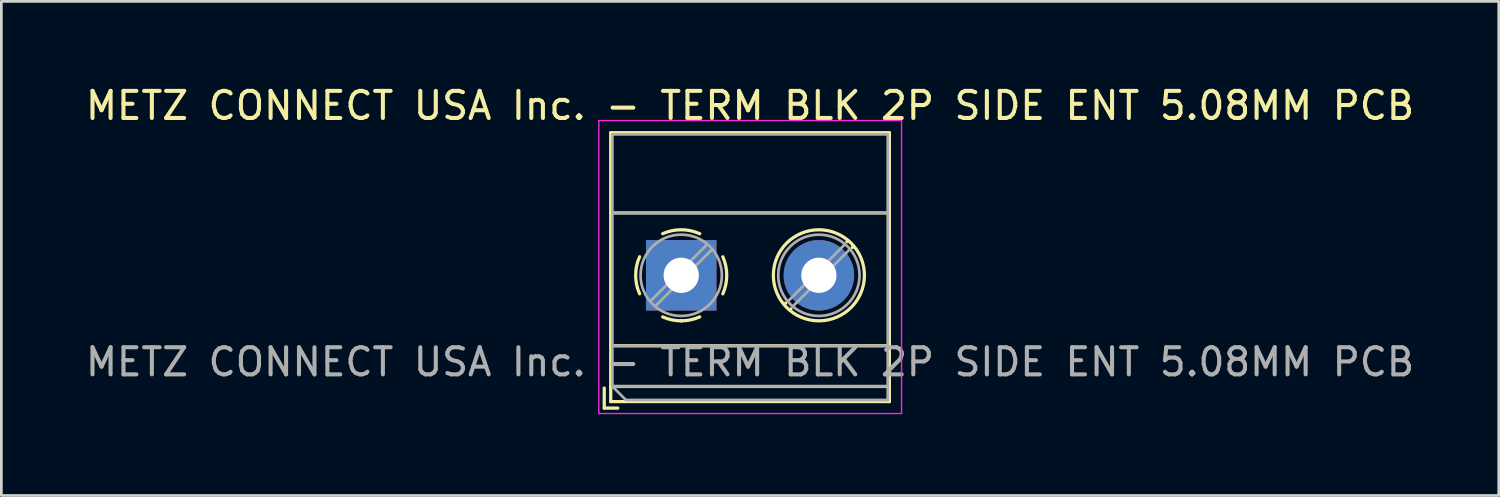
<source format=kicad_pcb>
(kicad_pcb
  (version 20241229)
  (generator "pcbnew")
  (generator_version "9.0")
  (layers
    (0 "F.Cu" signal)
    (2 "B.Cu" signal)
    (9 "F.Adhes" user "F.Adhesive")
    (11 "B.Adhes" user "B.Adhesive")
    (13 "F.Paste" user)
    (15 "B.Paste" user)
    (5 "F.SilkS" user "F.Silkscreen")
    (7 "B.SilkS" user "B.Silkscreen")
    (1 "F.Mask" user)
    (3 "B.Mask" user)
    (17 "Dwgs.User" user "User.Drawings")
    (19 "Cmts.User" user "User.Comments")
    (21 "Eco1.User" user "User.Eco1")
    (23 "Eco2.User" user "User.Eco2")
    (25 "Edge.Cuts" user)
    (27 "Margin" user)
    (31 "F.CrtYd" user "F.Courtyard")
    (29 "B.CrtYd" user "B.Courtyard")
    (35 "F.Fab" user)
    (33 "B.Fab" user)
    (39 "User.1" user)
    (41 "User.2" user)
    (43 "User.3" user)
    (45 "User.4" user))
  (footprint "METZ CONNECT USA Inc. - TERM BLK 2P SIDE ENT 5.08MM PCB"
    (layer "F.Cu")
    (at 22.085 7.108)
    (property "Reference" "METZ CONNECT USA Inc. - TERM BLK 2P SIDE ENT 5.08MM PCB" (at 2.54 -6.26 0) (layer "F.SilkS") (effects (font (size 1 1) (thickness 0.15))))
    (attr through_hole)
    (fp_line (start -2.84 4.16) (end -2.84 4.9) (stroke (width 0.12) (type solid)) (layer "F.SilkS"))
    (fp_line (start -2.84 4.9) (end -2.34 4.9) (stroke (width 0.12) (type solid)) (layer "F.SilkS"))
    (fp_line (start -2.6 -5.261) (end -2.6 4.66) (stroke (width 0.12) (type solid)) (layer "F.SilkS"))
    (fp_line (start -2.6 -5.261) (end 7.68 -5.261) (stroke (width 0.12) (type solid)) (layer "F.SilkS"))
    (fp_line (start -2.6 -2.301) (end 7.68 -2.301) (stroke (width 0.12) (type solid)) (layer "F.SilkS"))
    (fp_line (start -2.6 2.6) (end 7.68 2.6) (stroke (width 0.12) (type solid)) (layer "F.SilkS"))
    (fp_line (start -2.6 4.1) (end 7.68 4.1) (stroke (width 0.12) (type solid)) (layer "F.SilkS"))
    (fp_line (start -2.6 4.66) (end 7.68 4.66) (stroke (width 0.12) (type solid)) (layer "F.SilkS"))
    (fp_line (start 3.853 1.023) (end 3.806 1.069) (stroke (width 0.12) (type solid)) (layer "F.SilkS"))
    (fp_line (start 4.046 1.239) (end 4.011 1.274) (stroke (width 0.12) (type solid)) (layer "F.SilkS"))
    (fp_line (start 6.15 -1.275) (end 6.115 -1.239) (stroke (width 0.12) (type solid)) (layer "F.SilkS"))
    (fp_line (start 6.355 -1.069) (end 6.308 -1.023) (stroke (width 0.12) (type solid)) (layer "F.SilkS"))
    (fp_line (start 7.68 -5.261) (end 7.68 4.66) (stroke (width 0.12) (type solid)) (layer "F.SilkS"))
    (fp_arc (start -1.535427 0.683042) (mid -1.680501 -0.000524) (end -1.535 -0.684) (stroke (width 0.12) (type solid)) (layer "F.SilkS"))
    (fp_arc (start -0.683042 -1.535427) (mid 0.000524 -1.680501) (end 0.684 -1.535) (stroke (width 0.12) (type solid)) (layer "F.SilkS"))
    (fp_arc (start 0.028805 1.680253) (mid -0.335551 1.646659) (end -0.684 1.535) (stroke (width 0.12) (type solid)) (layer "F.SilkS"))
    (fp_arc (start 0.683318 1.534756) (mid 0.349292 1.643288) (end 0 1.68) (stroke (width 0.12) (type solid)) (layer "F.SilkS"))
    (fp_arc (start 1.535427 -0.683042) (mid 1.680501 0.000524) (end 1.535 0.684) (stroke (width 0.12) (type solid)) (layer "F.SilkS"))
    (fp_circle (center 5.08 0) (end 6.76 0) (stroke (width 0.12) (type solid)) (fill no) (layer "F.SilkS"))
    (fp_line (start -3.04 -5.71) (end -3.04 5.1) (stroke (width 0.05) (type solid)) (layer "F.CrtYd"))
    (fp_line (start -3.04 5.1) (end 8.13 5.1) (stroke (width 0.05) (type solid)) (layer "F.CrtYd"))
    (fp_line (start 8.13 -5.71) (end -3.04 -5.71) (stroke (width 0.05) (type solid)) (layer "F.CrtYd"))
    (fp_line (start 8.13 5.1) (end 8.13 -5.71) (stroke (width 0.05) (type solid)) (layer "F.CrtYd"))
    (fp_line (start -2.54 -5.2) (end 7.62 -5.2) (stroke (width 0.1) (type solid)) (layer "F.Fab"))
    (fp_line (start -2.54 -2.3) (end 7.62 -2.3) (stroke (width 0.1) (type solid)) (layer "F.Fab"))
    (fp_line (start -2.54 2.6) (end 7.62 2.6) (stroke (width 0.1) (type solid)) (layer "F.Fab"))
    (fp_line (start -2.54 4.1) (end -2.54 -5.2) (stroke (width 0.1) (type solid)) (layer "F.Fab"))
    (fp_line (start -2.54 4.1) (end 7.62 4.1) (stroke (width 0.1) (type solid)) (layer "F.Fab"))
    (fp_line (start -2.04 4.6) (end -2.54 4.1) (stroke (width 0.1) (type solid)) (layer "F.Fab"))
    (fp_line (start 0.955 -1.138) (end -1.138 0.955) (stroke (width 0.1) (type solid)) (layer "F.Fab"))
    (fp_line (start 1.138 -0.955) (end -0.955 1.138) (stroke (width 0.1) (type solid)) (layer "F.Fab"))
    (fp_line (start 6.035 -1.138) (end 3.943 0.955) (stroke (width 0.1) (type solid)) (layer "F.Fab"))
    (fp_line (start 6.218 -0.955) (end 4.126 1.138) (stroke (width 0.1) (type solid)) (layer "F.Fab"))
    (fp_line (start 7.62 -5.2) (end 7.62 4.6) (stroke (width 0.1) (type solid)) (layer "F.Fab"))
    (fp_line (start 7.62 4.6) (end -2.04 4.6) (stroke (width 0.1) (type solid)) (layer "F.Fab"))
    (fp_circle (center 0 0) (end 1.5 0) (stroke (width 0.1) (type solid)) (fill no) (layer "F.Fab"))
    (fp_circle (center 5.08 0) (end 6.58 0) (stroke (width 0.1) (type solid)) (fill no) (layer "F.Fab"))
    (fp_text user "${REFERENCE}" (at 2.54 3.2 0) (layer "F.Fab") (effects (font (size 1 1) (thickness 0.15))))
    (pad "1" thru_hole rect (at 0 0) (size 2.6 2.6) (drill 1.3) (layers "*.Cu" "*.Mask"))
    (pad "2" thru_hole circle (at 5.08 0) (size 2.6 2.6) (drill 1.3) (layers "*.Cu" "*.Mask")))
  (gr_rect
    (start -3 -3)
    (end 52.25 15.233)
    (stroke (width 0.1) (type default))
    (fill no)
    (layer "Edge.Cuts")))
</source>
